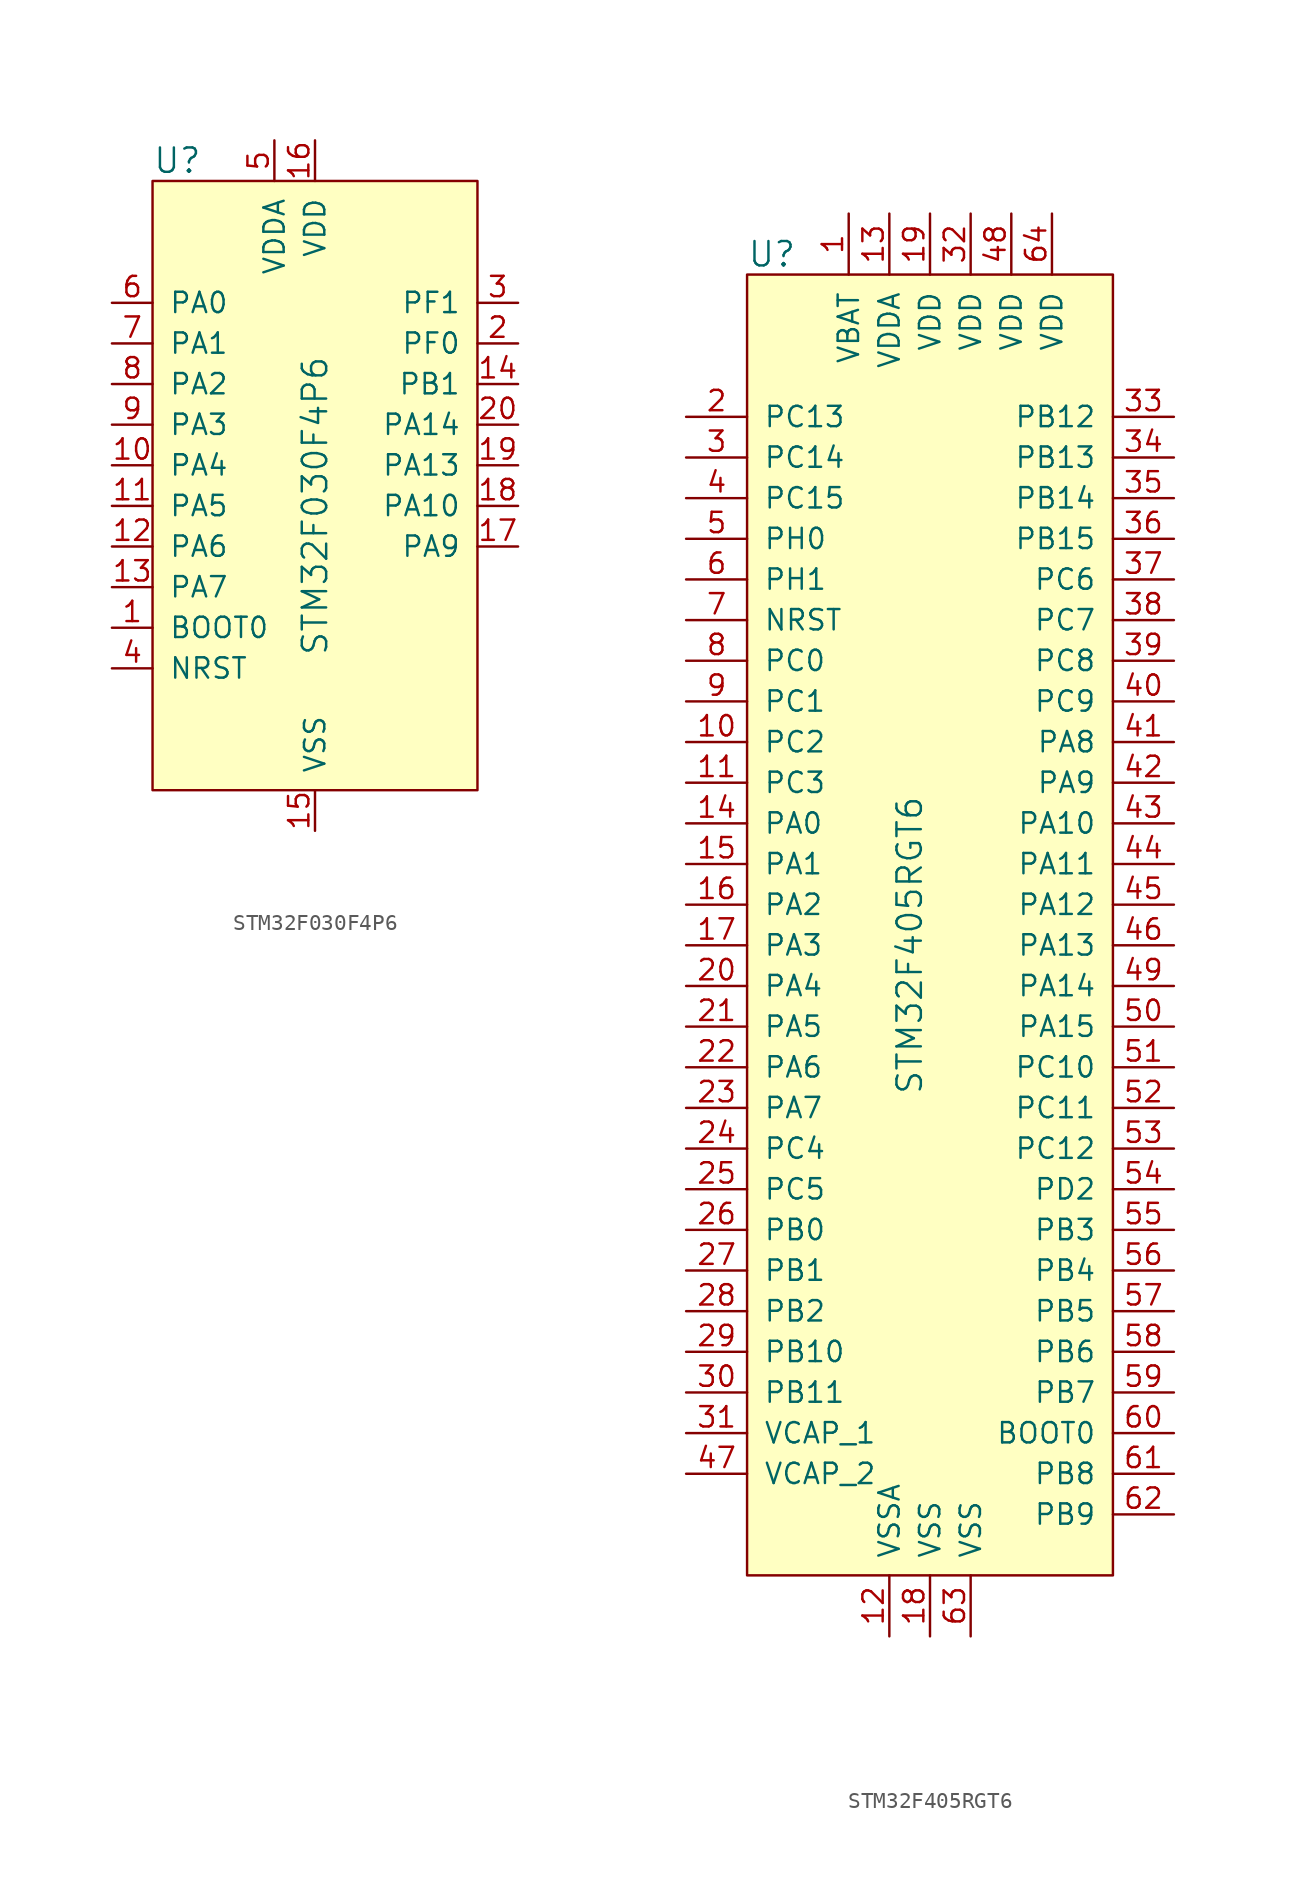
<source format=kicad_sym>
(kicad_symbol_lib
  (version 20220914)
  (generator kicad_symbol_editor)
  (symbol "STM32F030F4P6"
    (pin_names
      (offset 1.016))
    (property "Reference" "U"
      (at -7.62 11.43 0)
      (effects (font (size 1.524 1.524)) (justify left)))
    (property "Value" "STM32F030F4P6"
      (at 2.54 -10.16 90)
      (effects (font (size 1.524 1.524))))
    (symbol "STM32F030F4P6_0_1"
      (rectangle (start -7.62 10.16) (end 12.7 -27.94) (stroke (width 0) (type solid)) (fill (type background))))
    (symbol "STM32F030F4P6_1_1"
      (pin input line (at -10.16 -17.78 0) (length 2.54) (name "BOOT0" (effects (font (size 1.27 1.27)))) (number "1" (effects (font (size 1.27 1.27)))))
      (pin bidirectional line (at -10.16 -7.62 0) (length 2.54) (name "PA4" (effects (font (size 1.27 1.27)))) (number "10" (effects (font (size 1.27 1.27)))))
      (pin bidirectional line (at -10.16 -10.16 0) (length 2.54) (name "PA5" (effects (font (size 1.27 1.27)))) (number "11" (effects (font (size 1.27 1.27)))))
      (pin bidirectional line (at -10.16 -12.7 0) (length 2.54) (name "PA6" (effects (font (size 1.27 1.27)))) (number "12" (effects (font (size 1.27 1.27)))))
      (pin bidirectional line (at -10.16 -15.24 0) (length 2.54) (name "PA7" (effects (font (size 1.27 1.27)))) (number "13" (effects (font (size 1.27 1.27)))))
      (pin bidirectional line (at 15.24 -2.54 180) (length 2.54) (name "PB1" (effects (font (size 1.27 1.27)))) (number "14" (effects (font (size 1.27 1.27)))))
      (pin power_in line (at 2.54 -30.48 90) (length 2.54) (name "VSS" (effects (font (size 1.27 1.27)))) (number "15" (effects (font (size 1.27 1.27)))))
      (pin power_in line (at 2.54 12.7 270) (length 2.54) (name "VDD" (effects (font (size 1.27 1.27)))) (number "16" (effects (font (size 1.27 1.27)))))
      (pin bidirectional line (at 15.24 -12.7 180) (length 2.54) (name "PA9" (effects (font (size 1.27 1.27)))) (number "17" (effects (font (size 1.27 1.27)))))
      (pin bidirectional line (at 15.24 -10.16 180) (length 2.54) (name "PA10" (effects (font (size 1.27 1.27)))) (number "18" (effects (font (size 1.27 1.27)))))
      (pin bidirectional line (at 15.24 -7.62 180) (length 2.54) (name "PA13" (effects (font (size 1.27 1.27)))) (number "19" (effects (font (size 1.27 1.27)))))
      (pin bidirectional line (at 15.24 0 180) (length 2.54) (name "PF0" (effects (font (size 1.27 1.27)))) (number "2" (effects (font (size 1.27 1.27)))))
      (pin bidirectional line (at 15.24 -5.08 180) (length 2.54) (name "PA14" (effects (font (size 1.27 1.27)))) (number "20" (effects (font (size 1.27 1.27)))))
      (pin bidirectional line (at 15.24 2.54 180) (length 2.54) (name "PF1" (effects (font (size 1.27 1.27)))) (number "3" (effects (font (size 1.27 1.27)))))
      (pin bidirectional line (at -10.16 -20.32 0) (length 2.54) (name "NRST" (effects (font (size 1.27 1.27)))) (number "4" (effects (font (size 1.27 1.27)))))
      (pin power_in line (at 0 12.7 270) (length 2.54) (name "VDDA" (effects (font (size 1.27 1.27)))) (number "5" (effects (font (size 1.27 1.27)))))
      (pin bidirectional line (at -10.16 2.54 0) (length 2.54) (name "PA0" (effects (font (size 1.27 1.27)))) (number "6" (effects (font (size 1.27 1.27)))))
      (pin bidirectional line (at -10.16 0 0) (length 2.54) (name "PA1" (effects (font (size 1.27 1.27)))) (number "7" (effects (font (size 1.27 1.27)))))
      (pin bidirectional line (at -10.16 -2.54 0) (length 2.54) (name "PA2" (effects (font (size 1.27 1.27)))) (number "8" (effects (font (size 1.27 1.27)))))
      (pin bidirectional line (at -10.16 -5.08 0) (length 2.54) (name "PA3" (effects (font (size 1.27 1.27)))) (number "9" (effects (font (size 1.27 1.27)))))))
  (symbol "STM32F405RGT6"
    (pin_names
      (offset 1.016))
    (property "Reference" "U"
      (at -11.43 45.72 0)
      (effects (font (size 1.524 1.524)) (justify left)))
    (property "Value" "STM32F405RGT6"
      (at -1.27 2.54 90)
      (effects (font (size 1.524 1.524))))
    (symbol "STM32F405RGT6_0_1"
      (rectangle (start -11.43 44.45) (end 11.43 -36.83) (stroke (width 0) (type solid)) (fill (type background))))
    (symbol "STM32F405RGT6_1_1"
      (pin power_in line (at -5.08 48.26 270) (length 3.81) (name "VBAT" (effects (font (size 1.27 1.27)))) (number "1" (effects (font (size 1.27 1.27)))))
      (pin bidirectional line (at -15.24 15.24 0) (length 3.81) (name "PC2" (effects (font (size 1.27 1.27)))) (number "10" (effects (font (size 1.27 1.27)))))
      (pin bidirectional line (at -15.24 12.7 0) (length 3.81) (name "PC3" (effects (font (size 1.27 1.27)))) (number "11" (effects (font (size 1.27 1.27)))))
      (pin power_in line (at -2.54 -40.64 90) (length 3.81) (name "VSSA" (effects (font (size 1.27 1.27)))) (number "12" (effects (font (size 1.27 1.27)))))
      (pin power_in line (at -2.54 48.26 270) (length 3.81) (name "VDDA" (effects (font (size 1.27 1.27)))) (number "13" (effects (font (size 1.27 1.27)))))
      (pin bidirectional line (at -15.24 10.16 0) (length 3.81) (name "PA0" (effects (font (size 1.27 1.27)))) (number "14" (effects (font (size 1.27 1.27)))))
      (pin bidirectional line (at -15.24 7.62 0) (length 3.81) (name "PA1" (effects (font (size 1.27 1.27)))) (number "15" (effects (font (size 1.27 1.27)))))
      (pin bidirectional line (at -15.24 5.08 0) (length 3.81) (name "PA2" (effects (font (size 1.27 1.27)))) (number "16" (effects (font (size 1.27 1.27)))))
      (pin bidirectional line (at -15.24 2.54 0) (length 3.81) (name "PA3" (effects (font (size 1.27 1.27)))) (number "17" (effects (font (size 1.27 1.27)))))
      (pin power_in line (at 0 -40.64 90) (length 3.81) (name "VSS" (effects (font (size 1.27 1.27)))) (number "18" (effects (font (size 1.27 1.27)))))
      (pin power_in line (at 0 48.26 270) (length 3.81) (name "VDD" (effects (font (size 1.27 1.27)))) (number "19" (effects (font (size 1.27 1.27)))))
      (pin bidirectional line (at -15.24 35.56 0) (length 3.81) (name "PC13" (effects (font (size 1.27 1.27)))) (number "2" (effects (font (size 1.27 1.27)))))
      (pin bidirectional line (at -15.24 0 0) (length 3.81) (name "PA4" (effects (font (size 1.27 1.27)))) (number "20" (effects (font (size 1.27 1.27)))))
      (pin bidirectional line (at -15.24 -2.54 0) (length 3.81) (name "PA5" (effects (font (size 1.27 1.27)))) (number "21" (effects (font (size 1.27 1.27)))))
      (pin bidirectional line (at -15.24 -5.08 0) (length 3.81) (name "PA6" (effects (font (size 1.27 1.27)))) (number "22" (effects (font (size 1.27 1.27)))))
      (pin bidirectional line (at -15.24 -7.62 0) (length 3.81) (name "PA7" (effects (font (size 1.27 1.27)))) (number "23" (effects (font (size 1.27 1.27)))))
      (pin bidirectional line (at -15.24 -10.16 0) (length 3.81) (name "PC4" (effects (font (size 1.27 1.27)))) (number "24" (effects (font (size 1.27 1.27)))))
      (pin bidirectional line (at -15.24 -12.7 0) (length 3.81) (name "PC5" (effects (font (size 1.27 1.27)))) (number "25" (effects (font (size 1.27 1.27)))))
      (pin bidirectional line (at -15.24 -15.24 0) (length 3.81) (name "PB0" (effects (font (size 1.27 1.27)))) (number "26" (effects (font (size 1.27 1.27)))))
      (pin bidirectional line (at -15.24 -17.78 0) (length 3.81) (name "PB1" (effects (font (size 1.27 1.27)))) (number "27" (effects (font (size 1.27 1.27)))))
      (pin bidirectional line (at -15.24 -20.32 0) (length 3.81) (name "PB2" (effects (font (size 1.27 1.27)))) (number "28" (effects (font (size 1.27 1.27)))))
      (pin bidirectional line (at -15.24 -22.86 0) (length 3.81) (name "PB10" (effects (font (size 1.27 1.27)))) (number "29" (effects (font (size 1.27 1.27)))))
      (pin bidirectional line (at -15.24 33.02 0) (length 3.81) (name "PC14" (effects (font (size 1.27 1.27)))) (number "3" (effects (font (size 1.27 1.27)))))
      (pin bidirectional line (at -15.24 -25.4 0) (length 3.81) (name "PB11" (effects (font (size 1.27 1.27)))) (number "30" (effects (font (size 1.27 1.27)))))
      (pin passive line (at -15.24 -27.94 0) (length 3.81) (name "VCAP_1" (effects (font (size 1.27 1.27)))) (number "31" (effects (font (size 1.27 1.27)))))
      (pin power_in line (at 2.54 48.26 270) (length 3.81) (name "VDD" (effects (font (size 1.27 1.27)))) (number "32" (effects (font (size 1.27 1.27)))))
      (pin bidirectional line (at 15.24 35.56 180) (length 3.81) (name "PB12" (effects (font (size 1.27 1.27)))) (number "33" (effects (font (size 1.27 1.27)))))
      (pin bidirectional line (at 15.24 33.02 180) (length 3.81) (name "PB13" (effects (font (size 1.27 1.27)))) (number "34" (effects (font (size 1.27 1.27)))))
      (pin bidirectional line (at 15.24 30.48 180) (length 3.81) (name "PB14" (effects (font (size 1.27 1.27)))) (number "35" (effects (font (size 1.27 1.27)))))
      (pin bidirectional line (at 15.24 27.94 180) (length 3.81) (name "PB15" (effects (font (size 1.27 1.27)))) (number "36" (effects (font (size 1.27 1.27)))))
      (pin bidirectional line (at 15.24 25.4 180) (length 3.81) (name "PC6" (effects (font (size 1.27 1.27)))) (number "37" (effects (font (size 1.27 1.27)))))
      (pin bidirectional line (at 15.24 22.86 180) (length 3.81) (name "PC7" (effects (font (size 1.27 1.27)))) (number "38" (effects (font (size 1.27 1.27)))))
      (pin bidirectional line (at 15.24 20.32 180) (length 3.81) (name "PC8" (effects (font (size 1.27 1.27)))) (number "39" (effects (font (size 1.27 1.27)))))
      (pin bidirectional line (at -15.24 30.48 0) (length 3.81) (name "PC15" (effects (font (size 1.27 1.27)))) (number "4" (effects (font (size 1.27 1.27)))))
      (pin bidirectional line (at 15.24 17.78 180) (length 3.81) (name "PC9" (effects (font (size 1.27 1.27)))) (number "40" (effects (font (size 1.27 1.27)))))
      (pin bidirectional line (at 15.24 15.24 180) (length 3.81) (name "PA8" (effects (font (size 1.27 1.27)))) (number "41" (effects (font (size 1.27 1.27)))))
      (pin bidirectional line (at 15.24 12.7 180) (length 3.81) (name "PA9" (effects (font (size 1.27 1.27)))) (number "42" (effects (font (size 1.27 1.27)))))
      (pin bidirectional line (at 15.24 10.16 180) (length 3.81) (name "PA10" (effects (font (size 1.27 1.27)))) (number "43" (effects (font (size 1.27 1.27)))))
      (pin bidirectional line (at 15.24 7.62 180) (length 3.81) (name "PA11" (effects (font (size 1.27 1.27)))) (number "44" (effects (font (size 1.27 1.27)))))
      (pin bidirectional line (at 15.24 5.08 180) (length 3.81) (name "PA12" (effects (font (size 1.27 1.27)))) (number "45" (effects (font (size 1.27 1.27)))))
      (pin bidirectional line (at 15.24 2.54 180) (length 3.81) (name "PA13" (effects (font (size 1.27 1.27)))) (number "46" (effects (font (size 1.27 1.27)))))
      (pin passive line (at -15.24 -30.48 0) (length 3.81) (name "VCAP_2" (effects (font (size 1.27 1.27)))) (number "47" (effects (font (size 1.27 1.27)))))
      (pin power_in line (at 5.08 48.26 270) (length 3.81) (name "VDD" (effects (font (size 1.27 1.27)))) (number "48" (effects (font (size 1.27 1.27)))))
      (pin bidirectional line (at 15.24 0 180) (length 3.81) (name "PA14" (effects (font (size 1.27 1.27)))) (number "49" (effects (font (size 1.27 1.27)))))
      (pin bidirectional line (at -15.24 27.94 0) (length 3.81) (name "PH0" (effects (font (size 1.27 1.27)))) (number "5" (effects (font (size 1.27 1.27)))))
      (pin bidirectional line (at 15.24 -2.54 180) (length 3.81) (name "PA15" (effects (font (size 1.27 1.27)))) (number "50" (effects (font (size 1.27 1.27)))))
      (pin bidirectional line (at 15.24 -5.08 180) (length 3.81) (name "PC10" (effects (font (size 1.27 1.27)))) (number "51" (effects (font (size 1.27 1.27)))))
      (pin bidirectional line (at 15.24 -7.62 180) (length 3.81) (name "PC11" (effects (font (size 1.27 1.27)))) (number "52" (effects (font (size 1.27 1.27)))))
      (pin bidirectional line (at 15.24 -10.16 180) (length 3.81) (name "PC12" (effects (font (size 1.27 1.27)))) (number "53" (effects (font (size 1.27 1.27)))))
      (pin bidirectional line (at 15.24 -12.7 180) (length 3.81) (name "PD2" (effects (font (size 1.27 1.27)))) (number "54" (effects (font (size 1.27 1.27)))))
      (pin bidirectional line (at 15.24 -15.24 180) (length 3.81) (name "PB3" (effects (font (size 1.27 1.27)))) (number "55" (effects (font (size 1.27 1.27)))))
      (pin bidirectional line (at 15.24 -17.78 180) (length 3.81) (name "PB4" (effects (font (size 1.27 1.27)))) (number "56" (effects (font (size 1.27 1.27)))))
      (pin bidirectional line (at 15.24 -20.32 180) (length 3.81) (name "PB5" (effects (font (size 1.27 1.27)))) (number "57" (effects (font (size 1.27 1.27)))))
      (pin bidirectional line (at 15.24 -22.86 180) (length 3.81) (name "PB6" (effects (font (size 1.27 1.27)))) (number "58" (effects (font (size 1.27 1.27)))))
      (pin bidirectional line (at 15.24 -25.4 180) (length 3.81) (name "PB7" (effects (font (size 1.27 1.27)))) (number "59" (effects (font (size 1.27 1.27)))))
      (pin bidirectional line (at -15.24 25.4 0) (length 3.81) (name "PH1" (effects (font (size 1.27 1.27)))) (number "6" (effects (font (size 1.27 1.27)))))
      (pin bidirectional line (at 15.24 -27.94 180) (length 3.81) (name "BOOT0" (effects (font (size 1.27 1.27)))) (number "60" (effects (font (size 1.27 1.27)))))
      (pin bidirectional line (at 15.24 -30.48 180) (length 3.81) (name "PB8" (effects (font (size 1.27 1.27)))) (number "61" (effects (font (size 1.27 1.27)))))
      (pin bidirectional line (at 15.24 -33.02 180) (length 3.81) (name "PB9" (effects (font (size 1.27 1.27)))) (number "62" (effects (font (size 1.27 1.27)))))
      (pin power_in line (at 2.54 -40.64 90) (length 3.81) (name "VSS" (effects (font (size 1.27 1.27)))) (number "63" (effects (font (size 1.27 1.27)))))
      (pin power_in line (at 7.62 48.26 270) (length 3.81) (name "VDD" (effects (font (size 1.27 1.27)))) (number "64" (effects (font (size 1.27 1.27)))))
      (pin bidirectional line (at -15.24 22.86 0) (length 3.81) (name "NRST" (effects (font (size 1.27 1.27)))) (number "7" (effects (font (size 1.27 1.27)))))
      (pin bidirectional line (at -15.24 20.32 0) (length 3.81) (name "PC0" (effects (font (size 1.27 1.27)))) (number "8" (effects (font (size 1.27 1.27)))))
      (pin bidirectional line (at -15.24 17.78 0) (length 3.81) (name "PC1" (effects (font (size 1.27 1.27)))) (number "9" (effects (font (size 1.27 1.27))))))))
</source>
